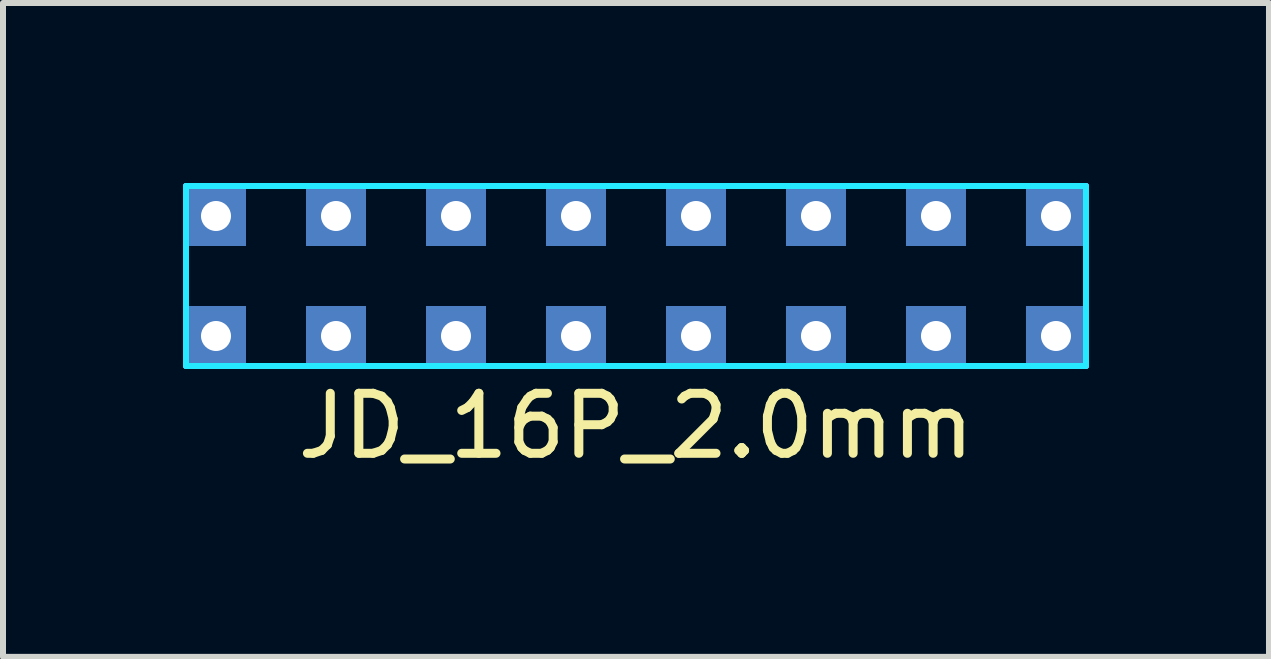
<source format=kicad_pcb>
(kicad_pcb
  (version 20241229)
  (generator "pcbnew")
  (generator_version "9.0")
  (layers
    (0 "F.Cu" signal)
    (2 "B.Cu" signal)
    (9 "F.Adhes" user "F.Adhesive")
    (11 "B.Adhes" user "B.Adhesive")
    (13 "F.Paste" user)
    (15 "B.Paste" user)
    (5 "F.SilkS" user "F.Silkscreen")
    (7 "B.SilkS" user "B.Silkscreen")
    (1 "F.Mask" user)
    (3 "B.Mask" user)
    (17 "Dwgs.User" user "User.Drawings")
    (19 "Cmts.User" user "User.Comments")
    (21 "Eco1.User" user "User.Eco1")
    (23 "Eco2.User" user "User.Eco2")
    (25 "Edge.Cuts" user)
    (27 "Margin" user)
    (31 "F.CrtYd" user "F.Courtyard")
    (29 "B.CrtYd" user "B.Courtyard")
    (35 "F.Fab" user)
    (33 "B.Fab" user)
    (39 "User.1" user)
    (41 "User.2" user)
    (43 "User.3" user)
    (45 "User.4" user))
  (footprint "JD_16P_2.0mm"
    (layer "F.Cu")
    (at 7.55 1.55)
    (property "Reference" "JD_16P_2.0mm" (at 0 2.5 0) (layer "F.SilkS") (effects (font (size 1 1) (thickness 0.15))))
    (attr through_hole)
    (fp_line (start -7.5 -1.5) (end 7.5 -1.5) (stroke (width 0.1) (type solid)) (layer "B.CrtYd"))
    (fp_line (start -7.5 1.5) (end -7.5 -1.5) (stroke (width 0.1) (type solid)) (layer "B.CrtYd"))
    (fp_line (start 7.5 -1.5) (end 7.5 1.5) (stroke (width 0.1) (type solid)) (layer "B.CrtYd"))
    (fp_line (start 7.5 1.5) (end -7.5 1.5) (stroke (width 0.1) (type solid)) (layer "B.CrtYd"))
    (fp_line (start -7.5 -1.5) (end 7.5 -1.5) (stroke (width 0.1) (type solid)) (layer "F.CrtYd"))
    (fp_line (start -7.5 1.5) (end -7.5 -1.5) (stroke (width 0.1) (type solid)) (layer "F.CrtYd"))
    (fp_line (start 7.5 -1.5) (end 7.5 1.5) (stroke (width 0.1) (type solid)) (layer "F.CrtYd"))
    (fp_line (start 7.5 1.5) (end -7.5 1.5) (stroke (width 0.1) (type solid)) (layer "F.CrtYd"))
    (pad "1" thru_hole rect (at -7 -1) (size 1 1) (drill 0.5) (layers "*.Cu" "*.Paste" "*.Mask"))
    (pad "2" thru_hole rect (at -7 1) (size 1 1) (drill 0.5) (layers "*.Cu" "*.Paste" "*.Mask"))
    (pad "3" thru_hole rect (at -5 -1) (size 1 1) (drill 0.5) (layers "*.Cu" "*.Paste" "*.Mask"))
    (pad "4" thru_hole rect (at -5 1) (size 1 1) (drill 0.5) (layers "*.Cu" "*.Paste" "*.Mask"))
    (pad "5" thru_hole rect (at -3 -1) (size 1 1) (drill 0.5) (layers "*.Cu" "*.Paste" "*.Mask"))
    (pad "6" thru_hole rect (at -3 1) (size 1 1) (drill 0.5) (layers "*.Cu" "*.Paste" "*.Mask"))
    (pad "7" thru_hole rect (at -1 -1) (size 1 1) (drill 0.5) (layers "*.Cu" "*.Paste" "*.Mask"))
    (pad "8" thru_hole rect (at -1 1) (size 1 1) (drill 0.5) (layers "*.Cu" "*.Paste" "*.Mask"))
    (pad "9" thru_hole rect (at 1 -1) (size 1 1) (drill 0.5) (layers "*.Cu" "*.Paste" "*.Mask"))
    (pad "10" thru_hole rect (at 1 1) (size 1 1) (drill 0.5) (layers "*.Cu" "*.Paste" "*.Mask"))
    (pad "11" thru_hole rect (at 3 -1) (size 1 1) (drill 0.5) (layers "*.Cu" "*.Paste" "*.Mask"))
    (pad "12" thru_hole rect (at 3 1) (size 1 1) (drill 0.5) (layers "*.Cu" "*.Paste" "*.Mask"))
    (pad "13" thru_hole rect (at 5 -1) (size 1 1) (drill 0.5) (layers "*.Cu" "*.Paste" "*.Mask"))
    (pad "14" thru_hole rect (at 5 1) (size 1 1) (drill 0.5) (layers "*.Cu" "*.Paste" "*.Mask"))
    (pad "15" thru_hole rect (at 7 -1) (size 1 1) (drill 0.5) (layers "*.Cu" "*.Paste" "*.Mask"))
    (pad "16" thru_hole rect (at 7 1) (size 1 1) (drill 0.5) (layers "*.Cu" "*.Paste" "*.Mask")))
  (gr_rect
    (start -3 -3)
    (end 18.1 7.898)
    (stroke (width 0.1) (type default))
    (fill no)
    (layer "Edge.Cuts")))
</source>
